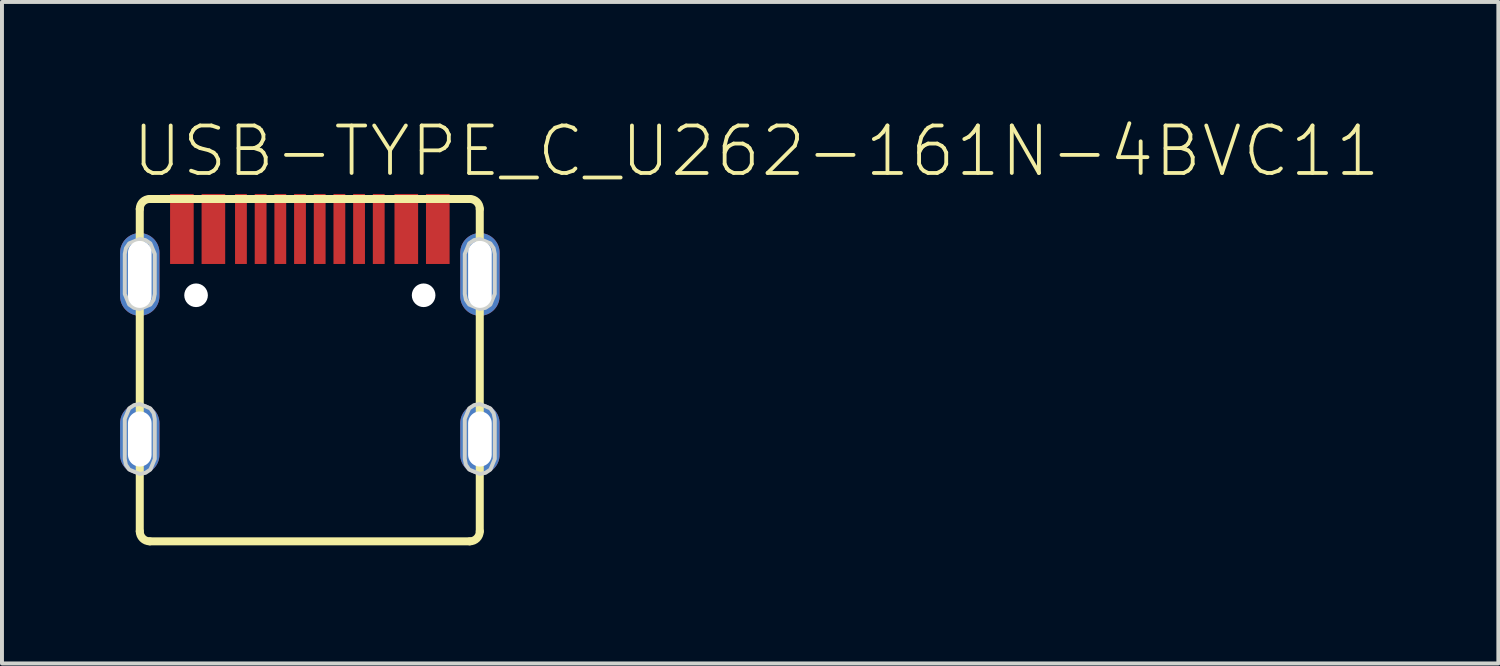
<source format=kicad_pcb>
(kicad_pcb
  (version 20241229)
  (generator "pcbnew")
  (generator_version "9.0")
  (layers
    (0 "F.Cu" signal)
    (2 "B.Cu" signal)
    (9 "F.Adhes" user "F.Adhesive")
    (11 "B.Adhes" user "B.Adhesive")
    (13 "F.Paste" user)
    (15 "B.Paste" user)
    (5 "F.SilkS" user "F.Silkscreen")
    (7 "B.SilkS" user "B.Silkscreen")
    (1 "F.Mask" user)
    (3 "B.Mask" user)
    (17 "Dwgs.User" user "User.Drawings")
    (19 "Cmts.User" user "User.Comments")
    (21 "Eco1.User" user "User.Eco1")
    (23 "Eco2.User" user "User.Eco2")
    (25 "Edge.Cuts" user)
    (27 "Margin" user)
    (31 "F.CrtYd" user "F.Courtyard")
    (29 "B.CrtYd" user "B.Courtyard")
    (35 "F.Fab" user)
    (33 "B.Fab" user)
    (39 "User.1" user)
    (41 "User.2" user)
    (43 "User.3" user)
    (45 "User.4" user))
  (footprint "USB-TYPE_C_U262-161N-4BVC11"
    (layer "F.Cu")
    (at 4.818 8.1)
    (property "Reference" "USB-TYPE_C_U262-161N-4BVC11" (at -4.572 -6.604 0) (layer "F.SilkS") (effects (font (size 1.206 1.206) (thickness 0.097)) (justify left bottom)))
    (attr through_hole)
    (fp_line (start -4.318 -5.842) (end -4.318 2.346) (stroke (width 0.203) (type solid)) (layer "F.SilkS"))
    (fp_line (start -4.064 2.6) (end 4.064 2.6) (stroke (width 0.203) (type solid)) (layer "F.SilkS"))
    (fp_line (start 4.064 -6.096) (end -4.064 -6.096) (stroke (width 0.203) (type solid)) (layer "F.SilkS"))
    (fp_line (start 4.318 2.346) (end 4.318 -5.842) (stroke (width 0.203) (type solid)) (layer "F.SilkS"))
    (fp_arc (start -4.318 -5.842) (mid -4.243605 -6.021605) (end -4.064 -6.096) (stroke (width 0.2032) (type solid)) (layer "F.SilkS"))
    (fp_arc (start -4.064 2.6) (mid -4.243605 2.525605) (end -4.318 2.346) (stroke (width 0.2032) (type solid)) (layer "F.SilkS"))
    (fp_arc (start 4.064 -6.096) (mid 4.243605 -6.021605) (end 4.318 -5.842) (stroke (width 0.2032) (type solid)) (layer "F.SilkS"))
    (fp_arc (start 4.318 2.346) (mid 4.243605 2.525605) (end 4.064 2.6) (stroke (width 0.2032) (type solid)) (layer "F.SilkS"))
    (fp_poly (pts (xy -4.699 -3.683) (xy -4.699 -4.699) (xy -4.67 -4.845) (xy -4.587 -4.968) (xy -4.318 -5.08) (xy -4.172 -5.051) (xy -4.049 -4.968) (xy -3.937 -4.699) (xy -3.937 -3.683) (xy -3.966 -3.537) (xy -4.049 -3.414) (xy -4.318 -3.302) (xy -4.464 -3.331) (xy -4.587 -3.414)) (stroke (width 0.1) (type solid)) (fill no) (layer "Edge.Cuts"))
    (fp_poly (pts (xy -3.937 0.508) (xy -3.937 -0.508) (xy -3.966 -0.654) (xy -4.049 -0.777) (xy -4.318 -0.889) (xy -4.464 -0.86) (xy -4.587 -0.777) (xy -4.699 -0.508) (xy -4.699 0.508) (xy -4.67 0.654) (xy -4.587 0.777) (xy -4.318 0.889) (xy -4.172 0.86) (xy -4.049 0.777)) (stroke (width 0.1) (type solid)) (fill no) (layer "Edge.Cuts"))
    (fp_poly (pts (xy 4.699 -3.683) (xy 4.699 -4.699) (xy 4.67 -4.845) (xy 4.587 -4.968) (xy 4.318 -5.08) (xy 4.172 -5.051) (xy 4.049 -4.968) (xy 3.937 -4.699) (xy 3.937 -3.683) (xy 3.966 -3.537) (xy 4.049 -3.414) (xy 4.318 -3.302) (xy 4.464 -3.331) (xy 4.587 -3.414)) (stroke (width 0.1) (type solid)) (fill no) (layer "Edge.Cuts"))
    (fp_poly (pts (xy 4.699 0.508) (xy 4.699 -0.508) (xy 4.67 -0.654) (xy 4.587 -0.777) (xy 4.318 -0.889) (xy 4.172 -0.86) (xy 4.049 -0.777) (xy 3.937 -0.508) (xy 3.937 0.508) (xy 3.966 0.654) (xy 4.049 0.777) (xy 4.318 0.889) (xy 4.464 0.86) (xy 4.587 0.777)) (stroke (width 0.1) (type solid)) (fill no) (layer "Edge.Cuts"))
    (pad "" np_thru_hole circle (at -2.888 -3.65) (size 0.6 0.6) (drill 0.6) (layers "*.Cu" "*.Mask"))
    (pad "" np_thru_hole circle (at 2.892 -3.65) (size 0.6 0.6) (drill 0.6) (layers "*.Cu" "*.Mask"))
    (pad "1" smd rect (at -3.248 -5.334 90) (size 1.778 0.6) (layers "F.Cu" "F.Mask" "F.Paste"))
    (pad "2" smd rect (at -2.448 -5.334 90) (size 1.778 0.6) (layers "F.Cu" "F.Mask" "F.Paste"))
    (pad "3" smd rect (at -1.748 -5.334 90) (size 1.778 0.3) (layers "F.Cu" "F.Mask" "F.Paste"))
    (pad "4" smd rect (at -1.248 -5.334 90) (size 1.778 0.3) (layers "F.Cu" "F.Mask" "F.Paste"))
    (pad "5" smd rect (at -0.748 -5.334 90) (size 1.778 0.3) (layers "F.Cu" "F.Mask" "F.Paste"))
    (pad "6" smd rect (at -0.248 -5.334 90) (size 1.778 0.3) (layers "F.Cu" "F.Mask" "F.Paste"))
    (pad "7" smd rect (at 0.252 -5.334 90) (size 1.778 0.3) (layers "F.Cu" "F.Mask" "F.Paste"))
    (pad "8" smd rect (at 0.752 -5.334 90) (size 1.778 0.3) (layers "F.Cu" "F.Mask" "F.Paste"))
    (pad "9" smd rect (at 1.252 -5.334 90) (size 1.778 0.3) (layers "F.Cu" "F.Mask" "F.Paste"))
    (pad "10" smd rect (at 1.752 -5.334 90) (size 1.778 0.3) (layers "F.Cu" "F.Mask" "F.Paste"))
    (pad "11" smd rect (at 2.452 -5.334 90) (size 1.778 0.6) (layers "F.Cu" "F.Mask" "F.Paste"))
    (pad "12" smd rect (at 3.252 -5.334 90) (size 1.778 0.6) (layers "F.Cu" "F.Mask" "F.Paste"))
    (pad "P$1" thru_hole oval (at -4.318 0 90) (size 1.8 1) (drill oval 1.4 0.6) (layers "*.Cu" "*.Mask"))
    (pad "P$2" thru_hole oval (at 4.322 0 90) (size 1.8 1) (drill oval 1.4 0.6) (layers "*.Cu" "*.Mask"))
    (pad "P$3" thru_hole oval (at -4.318 -4.18 90) (size 2.1 1) (drill oval 1.7 0.6) (layers "*.Cu" "*.Mask"))
    (pad "P$4" thru_hole oval (at 4.322 -4.18 90) (size 2.1 1) (drill oval 1.7 0.6) (layers "*.Cu" "*.Mask")))
  (gr_rect
    (start -3 -3)
    (end 35.008 13.802)
    (stroke (width 0.1) (type default))
    (fill no)
    (layer "Edge.Cuts")))
</source>
